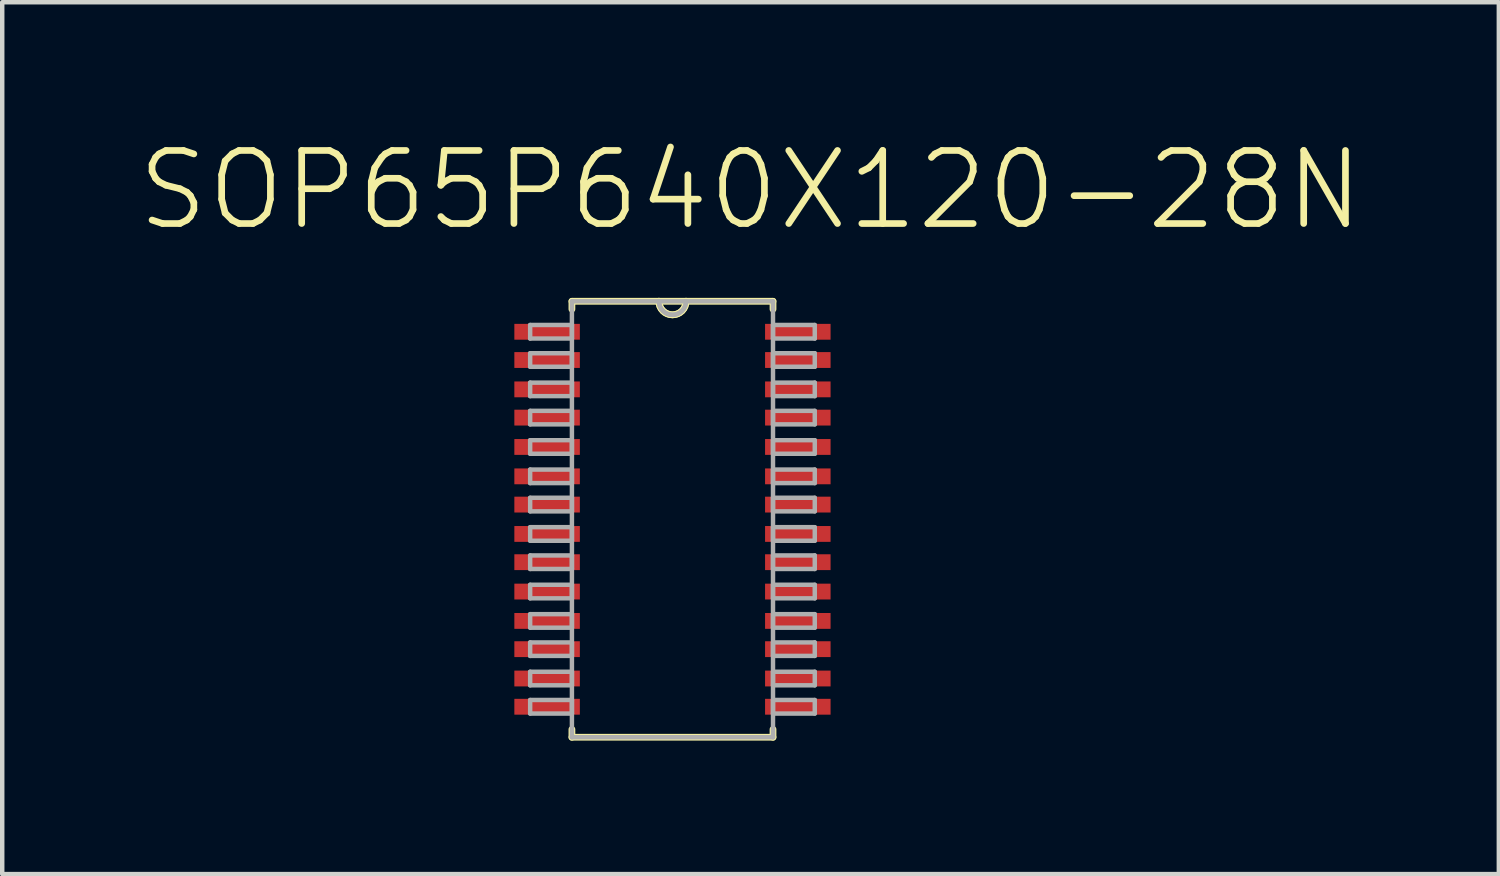
<source format=kicad_pcb>
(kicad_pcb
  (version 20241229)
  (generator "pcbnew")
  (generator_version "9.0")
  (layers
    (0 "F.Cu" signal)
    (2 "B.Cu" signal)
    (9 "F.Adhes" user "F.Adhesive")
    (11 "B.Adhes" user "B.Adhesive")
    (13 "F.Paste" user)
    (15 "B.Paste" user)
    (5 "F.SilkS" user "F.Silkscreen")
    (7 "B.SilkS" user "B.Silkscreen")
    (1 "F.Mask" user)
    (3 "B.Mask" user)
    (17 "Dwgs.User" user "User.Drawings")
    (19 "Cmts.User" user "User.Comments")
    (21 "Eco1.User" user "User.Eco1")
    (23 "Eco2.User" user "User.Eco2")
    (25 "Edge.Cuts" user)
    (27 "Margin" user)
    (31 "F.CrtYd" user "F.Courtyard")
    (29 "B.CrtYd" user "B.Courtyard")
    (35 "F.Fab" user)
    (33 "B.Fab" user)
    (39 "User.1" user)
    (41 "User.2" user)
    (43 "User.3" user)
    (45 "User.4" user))
  (footprint "SOP65P640X120-28N"
    (layer "F.Cu")
    (at 12.072 8.627)
    (property "Reference" "SOP65P640X120-28N" (at 1.755 -7.403 0) (layer "F.SilkS") (effects (font (size 1.643 1.643) (thickness 0.15))))
    (attr through_hole)
    (fp_line (start -2.261 -4.902) (end -2.261 -4.724) (stroke (width 0.152) (type solid)) (layer "F.SilkS"))
    (fp_line (start -2.261 4.724) (end -2.261 4.902) (stroke (width 0.152) (type solid)) (layer "F.SilkS"))
    (fp_line (start -2.261 4.902) (end 2.261 4.902) (stroke (width 0.152) (type solid)) (layer "F.SilkS"))
    (fp_line (start -0.305 -4.902) (end -2.261 -4.902) (stroke (width 0.152) (type solid)) (layer "F.SilkS"))
    (fp_line (start 0.305 -4.902) (end -0.305 -4.902) (stroke (width 0.152) (type solid)) (layer "F.SilkS"))
    (fp_line (start 2.261 -4.902) (end 0.305 -4.902) (stroke (width 0.152) (type solid)) (layer "F.SilkS"))
    (fp_line (start 2.261 -4.724) (end 2.261 -4.902) (stroke (width 0.152) (type solid)) (layer "F.SilkS"))
    (fp_line (start 2.261 4.902) (end 2.261 4.724) (stroke (width 0.152) (type solid)) (layer "F.SilkS"))
    (fp_arc (start 0.3048 -4.9022) (mid 0 -4.5974) (end -0.3048 -4.9022) (stroke (width 0.1524) (type solid)) (layer "F.SilkS"))
    (fp_arc (start 0.3048 -4.9022) (mid 0 -4.5974) (end -0.3048 -4.9022) (stroke (width 0.1524) (type solid)) (layer "F.SilkS"))
    (fp_line (start -3.2 -4.369) (end -3.2 -4.064) (stroke (width 0.1) (type solid)) (layer "F.Fab"))
    (fp_line (start -3.2 -4.064) (end -2.261 -4.064) (stroke (width 0.1) (type solid)) (layer "F.Fab"))
    (fp_line (start -3.2 -3.734) (end -3.2 -3.429) (stroke (width 0.1) (type solid)) (layer "F.Fab"))
    (fp_line (start -3.2 -3.429) (end -2.261 -3.429) (stroke (width 0.1) (type solid)) (layer "F.Fab"))
    (fp_line (start -3.2 -3.073) (end -3.2 -2.769) (stroke (width 0.1) (type solid)) (layer "F.Fab"))
    (fp_line (start -3.2 -2.769) (end -2.261 -2.769) (stroke (width 0.1) (type solid)) (layer "F.Fab"))
    (fp_line (start -3.2 -2.438) (end -3.2 -2.134) (stroke (width 0.1) (type solid)) (layer "F.Fab"))
    (fp_line (start -3.2 -2.134) (end -2.261 -2.134) (stroke (width 0.1) (type solid)) (layer "F.Fab"))
    (fp_line (start -3.2 -1.778) (end -3.2 -1.473) (stroke (width 0.1) (type solid)) (layer "F.Fab"))
    (fp_line (start -3.2 -1.473) (end -2.261 -1.473) (stroke (width 0.1) (type solid)) (layer "F.Fab"))
    (fp_line (start -3.2 -1.118) (end -3.2 -0.813) (stroke (width 0.1) (type solid)) (layer "F.Fab"))
    (fp_line (start -3.2 -0.813) (end -2.261 -0.813) (stroke (width 0.1) (type solid)) (layer "F.Fab"))
    (fp_line (start -3.2 -0.483) (end -3.2 -0.178) (stroke (width 0.1) (type solid)) (layer "F.Fab"))
    (fp_line (start -3.2 -0.178) (end -2.261 -0.178) (stroke (width 0.1) (type solid)) (layer "F.Fab"))
    (fp_line (start -3.2 0.178) (end -3.2 0.483) (stroke (width 0.1) (type solid)) (layer "F.Fab"))
    (fp_line (start -3.2 0.483) (end -2.261 0.483) (stroke (width 0.1) (type solid)) (layer "F.Fab"))
    (fp_line (start -3.2 0.813) (end -3.2 1.118) (stroke (width 0.1) (type solid)) (layer "F.Fab"))
    (fp_line (start -3.2 1.118) (end -2.261 1.118) (stroke (width 0.1) (type solid)) (layer "F.Fab"))
    (fp_line (start -3.2 1.473) (end -3.2 1.778) (stroke (width 0.1) (type solid)) (layer "F.Fab"))
    (fp_line (start -3.2 1.778) (end -2.261 1.778) (stroke (width 0.1) (type solid)) (layer "F.Fab"))
    (fp_line (start -3.2 2.134) (end -3.2 2.438) (stroke (width 0.1) (type solid)) (layer "F.Fab"))
    (fp_line (start -3.2 2.438) (end -2.261 2.438) (stroke (width 0.1) (type solid)) (layer "F.Fab"))
    (fp_line (start -3.2 2.769) (end -3.2 3.073) (stroke (width 0.1) (type solid)) (layer "F.Fab"))
    (fp_line (start -3.2 3.073) (end -2.261 3.073) (stroke (width 0.1) (type solid)) (layer "F.Fab"))
    (fp_line (start -3.2 3.429) (end -3.2 3.734) (stroke (width 0.1) (type solid)) (layer "F.Fab"))
    (fp_line (start -3.2 3.734) (end -2.261 3.734) (stroke (width 0.1) (type solid)) (layer "F.Fab"))
    (fp_line (start -3.2 4.064) (end -3.2 4.369) (stroke (width 0.1) (type solid)) (layer "F.Fab"))
    (fp_line (start -3.2 4.369) (end -2.261 4.369) (stroke (width 0.1) (type solid)) (layer "F.Fab"))
    (fp_line (start -2.261 -4.902) (end -2.261 4.902) (stroke (width 0.1) (type solid)) (layer "F.Fab"))
    (fp_line (start -2.261 -4.369) (end -3.2 -4.369) (stroke (width 0.1) (type solid)) (layer "F.Fab"))
    (fp_line (start -2.261 -4.064) (end -2.261 -4.369) (stroke (width 0.1) (type solid)) (layer "F.Fab"))
    (fp_line (start -2.261 -3.734) (end -3.2 -3.734) (stroke (width 0.1) (type solid)) (layer "F.Fab"))
    (fp_line (start -2.261 -3.429) (end -2.261 -3.734) (stroke (width 0.1) (type solid)) (layer "F.Fab"))
    (fp_line (start -2.261 -3.073) (end -3.2 -3.073) (stroke (width 0.1) (type solid)) (layer "F.Fab"))
    (fp_line (start -2.261 -2.769) (end -2.261 -3.073) (stroke (width 0.1) (type solid)) (layer "F.Fab"))
    (fp_line (start -2.261 -2.438) (end -3.2 -2.438) (stroke (width 0.1) (type solid)) (layer "F.Fab"))
    (fp_line (start -2.261 -2.134) (end -2.261 -2.438) (stroke (width 0.1) (type solid)) (layer "F.Fab"))
    (fp_line (start -2.261 -1.778) (end -3.2 -1.778) (stroke (width 0.1) (type solid)) (layer "F.Fab"))
    (fp_line (start -2.261 -1.473) (end -2.261 -1.778) (stroke (width 0.1) (type solid)) (layer "F.Fab"))
    (fp_line (start -2.261 -1.118) (end -3.2 -1.118) (stroke (width 0.1) (type solid)) (layer "F.Fab"))
    (fp_line (start -2.261 -0.813) (end -2.261 -1.118) (stroke (width 0.1) (type solid)) (layer "F.Fab"))
    (fp_line (start -2.261 -0.483) (end -3.2 -0.483) (stroke (width 0.1) (type solid)) (layer "F.Fab"))
    (fp_line (start -2.261 -0.178) (end -2.261 -0.483) (stroke (width 0.1) (type solid)) (layer "F.Fab"))
    (fp_line (start -2.261 0.178) (end -3.2 0.178) (stroke (width 0.1) (type solid)) (layer "F.Fab"))
    (fp_line (start -2.261 0.483) (end -2.261 0.178) (stroke (width 0.1) (type solid)) (layer "F.Fab"))
    (fp_line (start -2.261 0.813) (end -3.2 0.813) (stroke (width 0.1) (type solid)) (layer "F.Fab"))
    (fp_line (start -2.261 1.118) (end -2.261 0.813) (stroke (width 0.1) (type solid)) (layer "F.Fab"))
    (fp_line (start -2.261 1.473) (end -3.2 1.473) (stroke (width 0.1) (type solid)) (layer "F.Fab"))
    (fp_line (start -2.261 1.778) (end -2.261 1.473) (stroke (width 0.1) (type solid)) (layer "F.Fab"))
    (fp_line (start -2.261 2.134) (end -3.2 2.134) (stroke (width 0.1) (type solid)) (layer "F.Fab"))
    (fp_line (start -2.261 2.438) (end -2.261 2.134) (stroke (width 0.1) (type solid)) (layer "F.Fab"))
    (fp_line (start -2.261 2.769) (end -3.2 2.769) (stroke (width 0.1) (type solid)) (layer "F.Fab"))
    (fp_line (start -2.261 3.073) (end -2.261 2.769) (stroke (width 0.1) (type solid)) (layer "F.Fab"))
    (fp_line (start -2.261 3.429) (end -3.2 3.429) (stroke (width 0.1) (type solid)) (layer "F.Fab"))
    (fp_line (start -2.261 3.734) (end -2.261 3.429) (stroke (width 0.1) (type solid)) (layer "F.Fab"))
    (fp_line (start -2.261 4.064) (end -3.2 4.064) (stroke (width 0.1) (type solid)) (layer "F.Fab"))
    (fp_line (start -2.261 4.369) (end -2.261 4.064) (stroke (width 0.1) (type solid)) (layer "F.Fab"))
    (fp_line (start -2.261 4.902) (end 2.261 4.902) (stroke (width 0.1) (type solid)) (layer "F.Fab"))
    (fp_line (start -0.305 -4.902) (end -2.261 -4.902) (stroke (width 0.1) (type solid)) (layer "F.Fab"))
    (fp_line (start 0.305 -4.902) (end -0.305 -4.902) (stroke (width 0.1) (type solid)) (layer "F.Fab"))
    (fp_line (start 2.261 -4.902) (end 0.305 -4.902) (stroke (width 0.1) (type solid)) (layer "F.Fab"))
    (fp_line (start 2.261 -4.369) (end 2.261 -4.064) (stroke (width 0.1) (type solid)) (layer "F.Fab"))
    (fp_line (start 2.261 -4.064) (end 3.2 -4.064) (stroke (width 0.1) (type solid)) (layer "F.Fab"))
    (fp_line (start 2.261 -3.734) (end 2.261 -3.429) (stroke (width 0.1) (type solid)) (layer "F.Fab"))
    (fp_line (start 2.261 -3.429) (end 3.2 -3.429) (stroke (width 0.1) (type solid)) (layer "F.Fab"))
    (fp_line (start 2.261 -3.073) (end 2.261 -2.769) (stroke (width 0.1) (type solid)) (layer "F.Fab"))
    (fp_line (start 2.261 -2.769) (end 3.2 -2.769) (stroke (width 0.1) (type solid)) (layer "F.Fab"))
    (fp_line (start 2.261 -2.438) (end 2.261 -2.134) (stroke (width 0.1) (type solid)) (layer "F.Fab"))
    (fp_line (start 2.261 -2.134) (end 3.2 -2.134) (stroke (width 0.1) (type solid)) (layer "F.Fab"))
    (fp_line (start 2.261 -1.778) (end 2.261 -1.473) (stroke (width 0.1) (type solid)) (layer "F.Fab"))
    (fp_line (start 2.261 -1.473) (end 3.2 -1.473) (stroke (width 0.1) (type solid)) (layer "F.Fab"))
    (fp_line (start 2.261 -1.118) (end 2.261 -0.813) (stroke (width 0.1) (type solid)) (layer "F.Fab"))
    (fp_line (start 2.261 -0.813) (end 3.2 -0.813) (stroke (width 0.1) (type solid)) (layer "F.Fab"))
    (fp_line (start 2.261 -0.483) (end 2.261 -0.178) (stroke (width 0.1) (type solid)) (layer "F.Fab"))
    (fp_line (start 2.261 -0.178) (end 3.2 -0.178) (stroke (width 0.1) (type solid)) (layer "F.Fab"))
    (fp_line (start 2.261 0.178) (end 2.261 0.483) (stroke (width 0.1) (type solid)) (layer "F.Fab"))
    (fp_line (start 2.261 0.483) (end 3.2 0.483) (stroke (width 0.1) (type solid)) (layer "F.Fab"))
    (fp_line (start 2.261 0.813) (end 2.261 1.118) (stroke (width 0.1) (type solid)) (layer "F.Fab"))
    (fp_line (start 2.261 1.118) (end 3.2 1.118) (stroke (width 0.1) (type solid)) (layer "F.Fab"))
    (fp_line (start 2.261 1.473) (end 2.261 1.778) (stroke (width 0.1) (type solid)) (layer "F.Fab"))
    (fp_line (start 2.261 1.778) (end 3.2 1.778) (stroke (width 0.1) (type solid)) (layer "F.Fab"))
    (fp_line (start 2.261 2.134) (end 2.261 2.438) (stroke (width 0.1) (type solid)) (layer "F.Fab"))
    (fp_line (start 2.261 2.438) (end 3.2 2.438) (stroke (width 0.1) (type solid)) (layer "F.Fab"))
    (fp_line (start 2.261 2.769) (end 2.261 3.073) (stroke (width 0.1) (type solid)) (layer "F.Fab"))
    (fp_line (start 2.261 3.073) (end 3.2 3.073) (stroke (width 0.1) (type solid)) (layer "F.Fab"))
    (fp_line (start 2.261 3.429) (end 2.261 3.734) (stroke (width 0.1) (type solid)) (layer "F.Fab"))
    (fp_line (start 2.261 3.734) (end 3.2 3.734) (stroke (width 0.1) (type solid)) (layer "F.Fab"))
    (fp_line (start 2.261 4.064) (end 2.261 4.369) (stroke (width 0.1) (type solid)) (layer "F.Fab"))
    (fp_line (start 2.261 4.369) (end 3.2 4.369) (stroke (width 0.1) (type solid)) (layer "F.Fab"))
    (fp_line (start 2.261 4.902) (end 2.261 -4.902) (stroke (width 0.1) (type solid)) (layer "F.Fab"))
    (fp_line (start 3.2 -4.369) (end 2.261 -4.369) (stroke (width 0.1) (type solid)) (layer "F.Fab"))
    (fp_line (start 3.2 -4.064) (end 3.2 -4.369) (stroke (width 0.1) (type solid)) (layer "F.Fab"))
    (fp_line (start 3.2 -3.734) (end 2.261 -3.734) (stroke (width 0.1) (type solid)) (layer "F.Fab"))
    (fp_line (start 3.2 -3.429) (end 3.2 -3.734) (stroke (width 0.1) (type solid)) (layer "F.Fab"))
    (fp_line (start 3.2 -3.073) (end 2.261 -3.073) (stroke (width 0.1) (type solid)) (layer "F.Fab"))
    (fp_line (start 3.2 -2.769) (end 3.2 -3.073) (stroke (width 0.1) (type solid)) (layer "F.Fab"))
    (fp_line (start 3.2 -2.438) (end 2.261 -2.438) (stroke (width 0.1) (type solid)) (layer "F.Fab"))
    (fp_line (start 3.2 -2.134) (end 3.2 -2.438) (stroke (width 0.1) (type solid)) (layer "F.Fab"))
    (fp_line (start 3.2 -1.778) (end 2.261 -1.778) (stroke (width 0.1) (type solid)) (layer "F.Fab"))
    (fp_line (start 3.2 -1.473) (end 3.2 -1.778) (stroke (width 0.1) (type solid)) (layer "F.Fab"))
    (fp_line (start 3.2 -1.118) (end 2.261 -1.118) (stroke (width 0.1) (type solid)) (layer "F.Fab"))
    (fp_line (start 3.2 -0.813) (end 3.2 -1.118) (stroke (width 0.1) (type solid)) (layer "F.Fab"))
    (fp_line (start 3.2 -0.483) (end 2.261 -0.483) (stroke (width 0.1) (type solid)) (layer "F.Fab"))
    (fp_line (start 3.2 -0.178) (end 3.2 -0.483) (stroke (width 0.1) (type solid)) (layer "F.Fab"))
    (fp_line (start 3.2 0.178) (end 2.261 0.178) (stroke (width 0.1) (type solid)) (layer "F.Fab"))
    (fp_line (start 3.2 0.483) (end 3.2 0.178) (stroke (width 0.1) (type solid)) (layer "F.Fab"))
    (fp_line (start 3.2 0.813) (end 2.261 0.813) (stroke (width 0.1) (type solid)) (layer "F.Fab"))
    (fp_line (start 3.2 1.118) (end 3.2 0.813) (stroke (width 0.1) (type solid)) (layer "F.Fab"))
    (fp_line (start 3.2 1.473) (end 2.261 1.473) (stroke (width 0.1) (type solid)) (layer "F.Fab"))
    (fp_line (start 3.2 1.778) (end 3.2 1.473) (stroke (width 0.1) (type solid)) (layer "F.Fab"))
    (fp_line (start 3.2 2.134) (end 2.261 2.134) (stroke (width 0.1) (type solid)) (layer "F.Fab"))
    (fp_line (start 3.2 2.438) (end 3.2 2.134) (stroke (width 0.1) (type solid)) (layer "F.Fab"))
    (fp_line (start 3.2 2.769) (end 2.261 2.769) (stroke (width 0.1) (type solid)) (layer "F.Fab"))
    (fp_line (start 3.2 3.073) (end 3.2 2.769) (stroke (width 0.1) (type solid)) (layer "F.Fab"))
    (fp_line (start 3.2 3.429) (end 2.261 3.429) (stroke (width 0.1) (type solid)) (layer "F.Fab"))
    (fp_line (start 3.2 3.734) (end 3.2 3.429) (stroke (width 0.1) (type solid)) (layer "F.Fab"))
    (fp_line (start 3.2 4.064) (end 2.261 4.064) (stroke (width 0.1) (type solid)) (layer "F.Fab"))
    (fp_line (start 3.2 4.369) (end 3.2 4.064) (stroke (width 0.1) (type solid)) (layer "F.Fab"))
    (fp_arc (start 0.3048 -4.9022) (mid 0 -4.5974) (end -0.3048 -4.9022) (stroke (width 0.1) (type solid)) (layer "F.Fab"))
    (fp_arc (start 0.3048 -4.9022) (mid 0 -4.5974) (end -0.3048 -4.9022) (stroke (width 0.1) (type solid)) (layer "F.Fab"))
    (pad "1" smd rect (at -2.819 -4.216) (size 1.473 0.356) (layers "F.Cu" "F.Mask" "F.Paste"))
    (pad "2" smd rect (at -2.819 -3.581) (size 1.473 0.356) (layers "F.Cu" "F.Mask" "F.Paste"))
    (pad "3" smd rect (at -2.819 -2.921) (size 1.473 0.356) (layers "F.Cu" "F.Mask" "F.Paste"))
    (pad "4" smd rect (at -2.819 -2.286) (size 1.473 0.356) (layers "F.Cu" "F.Mask" "F.Paste"))
    (pad "5" smd rect (at -2.819 -1.626) (size 1.473 0.356) (layers "F.Cu" "F.Mask" "F.Paste"))
    (pad "6" smd rect (at -2.819 -0.965) (size 1.473 0.356) (layers "F.Cu" "F.Mask" "F.Paste"))
    (pad "7" smd rect (at -2.819 -0.33) (size 1.473 0.356) (layers "F.Cu" "F.Mask" "F.Paste"))
    (pad "8" smd rect (at -2.819 0.33) (size 1.473 0.356) (layers "F.Cu" "F.Mask" "F.Paste"))
    (pad "9" smd rect (at -2.819 0.965) (size 1.473 0.356) (layers "F.Cu" "F.Mask" "F.Paste"))
    (pad "10" smd rect (at -2.819 1.626) (size 1.473 0.356) (layers "F.Cu" "F.Mask" "F.Paste"))
    (pad "11" smd rect (at -2.819 2.286) (size 1.473 0.356) (layers "F.Cu" "F.Mask" "F.Paste"))
    (pad "12" smd rect (at -2.819 2.921) (size 1.473 0.356) (layers "F.Cu" "F.Mask" "F.Paste"))
    (pad "13" smd rect (at -2.819 3.581) (size 1.473 0.356) (layers "F.Cu" "F.Mask" "F.Paste"))
    (pad "14" smd rect (at -2.819 4.216) (size 1.473 0.356) (layers "F.Cu" "F.Mask" "F.Paste"))
    (pad "15" smd rect (at 2.819 4.216) (size 1.473 0.356) (layers "F.Cu" "F.Mask" "F.Paste"))
    (pad "16" smd rect (at 2.819 3.581) (size 1.473 0.356) (layers "F.Cu" "F.Mask" "F.Paste"))
    (pad "17" smd rect (at 2.819 2.921) (size 1.473 0.356) (layers "F.Cu" "F.Mask" "F.Paste"))
    (pad "18" smd rect (at 2.819 2.286) (size 1.473 0.356) (layers "F.Cu" "F.Mask" "F.Paste"))
    (pad "19" smd rect (at 2.819 1.626) (size 1.473 0.356) (layers "F.Cu" "F.Mask" "F.Paste"))
    (pad "20" smd rect (at 2.819 0.965) (size 1.473 0.356) (layers "F.Cu" "F.Mask" "F.Paste"))
    (pad "21" smd rect (at 2.819 0.33) (size 1.473 0.356) (layers "F.Cu" "F.Mask" "F.Paste"))
    (pad "22" smd rect (at 2.819 -0.33) (size 1.473 0.356) (layers "F.Cu" "F.Mask" "F.Paste"))
    (pad "23" smd rect (at 2.819 -0.965) (size 1.473 0.356) (layers "F.Cu" "F.Mask" "F.Paste"))
    (pad "24" smd rect (at 2.819 -1.626) (size 1.473 0.356) (layers "F.Cu" "F.Mask" "F.Paste"))
    (pad "25" smd rect (at 2.819 -2.286) (size 1.473 0.356) (layers "F.Cu" "F.Mask" "F.Paste"))
    (pad "26" smd rect (at 2.819 -2.921) (size 1.473 0.356) (layers "F.Cu" "F.Mask" "F.Paste"))
    (pad "27" smd rect (at 2.819 -3.581) (size 1.473 0.356) (layers "F.Cu" "F.Mask" "F.Paste"))
    (pad "28" smd rect (at 2.819 -4.216) (size 1.473 0.356) (layers "F.Cu" "F.Mask" "F.Paste")))
  (gr_rect
    (start -3 -3)
    (end 30.655 16.606)
    (stroke (width 0.1) (type default))
    (fill no)
    (layer "Edge.Cuts")))
</source>
